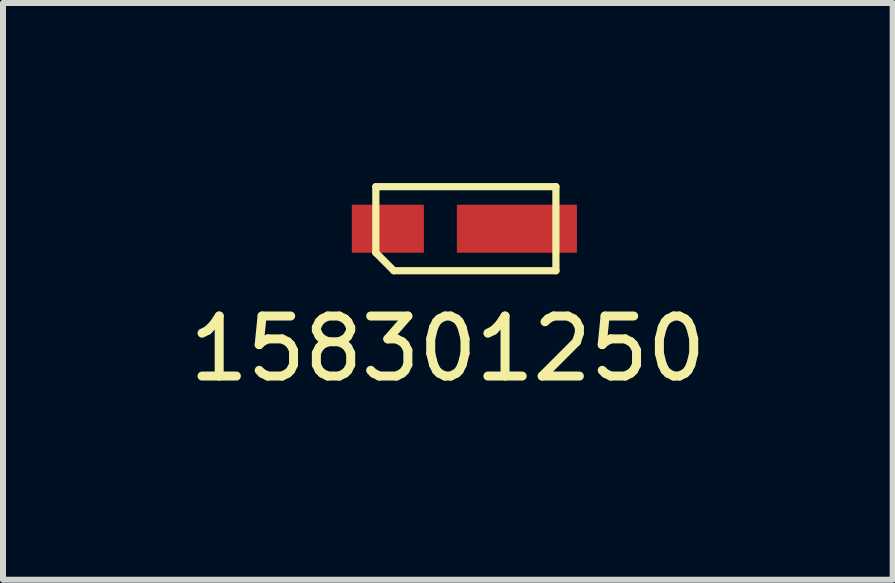
<source format=kicad_pcb>
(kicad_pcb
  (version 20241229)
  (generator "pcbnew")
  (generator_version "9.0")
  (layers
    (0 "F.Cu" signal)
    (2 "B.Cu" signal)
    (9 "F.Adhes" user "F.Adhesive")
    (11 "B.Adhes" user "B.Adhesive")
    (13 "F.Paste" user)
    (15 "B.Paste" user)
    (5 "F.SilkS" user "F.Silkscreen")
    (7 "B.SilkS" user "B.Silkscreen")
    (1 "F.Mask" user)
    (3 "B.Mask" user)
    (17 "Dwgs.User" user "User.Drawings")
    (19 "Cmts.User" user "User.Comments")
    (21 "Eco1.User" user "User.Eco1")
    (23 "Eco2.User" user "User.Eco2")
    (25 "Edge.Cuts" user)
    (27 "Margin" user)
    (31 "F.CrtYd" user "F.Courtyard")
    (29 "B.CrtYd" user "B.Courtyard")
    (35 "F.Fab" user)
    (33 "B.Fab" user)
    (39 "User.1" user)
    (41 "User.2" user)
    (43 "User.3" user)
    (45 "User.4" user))
  (footprint "158301250"
    (layer "F.Cu")
    (at 4.411 0.76)
    (property "Reference" "158301250" (at 0 2 0) (layer "F.SilkS") (effects (font (size 1 1) (thickness 0.15))))
    (attr through_hole)
    (fp_line (start -1.2 -0.7) (end -1.2 0.4) (stroke (width 0.12) (type solid)) (layer "F.SilkS"))
    (fp_line (start -1.2 -0.7) (end 1.8 -0.7) (stroke (width 0.12) (type solid)) (layer "F.SilkS"))
    (fp_line (start -1.2 0.4) (end -0.9 0.7) (stroke (width 0.12) (type solid)) (layer "F.SilkS"))
    (fp_line (start -0.9 0.7) (end 1.8 0.7) (stroke (width 0.12) (type solid)) (layer "F.SilkS"))
    (fp_line (start 1.8 -0.7) (end 1.8 0.7) (stroke (width 0.12) (type solid)) (layer "F.SilkS"))
    (pad "1" smd rect (at 1.15 0) (size 2 0.8) (layers "F.Cu" "F.Mask" "F.Paste"))
    (pad "2" smd rect (at -1 0) (size 1.2 0.8) (layers "F.Cu" "F.Mask" "F.Paste")))
  (gr_rect
    (start -3 -3)
    (end 11.821 6.608)
    (stroke (width 0.1) (type default))
    (fill no)
    (layer "Edge.Cuts")))
</source>
